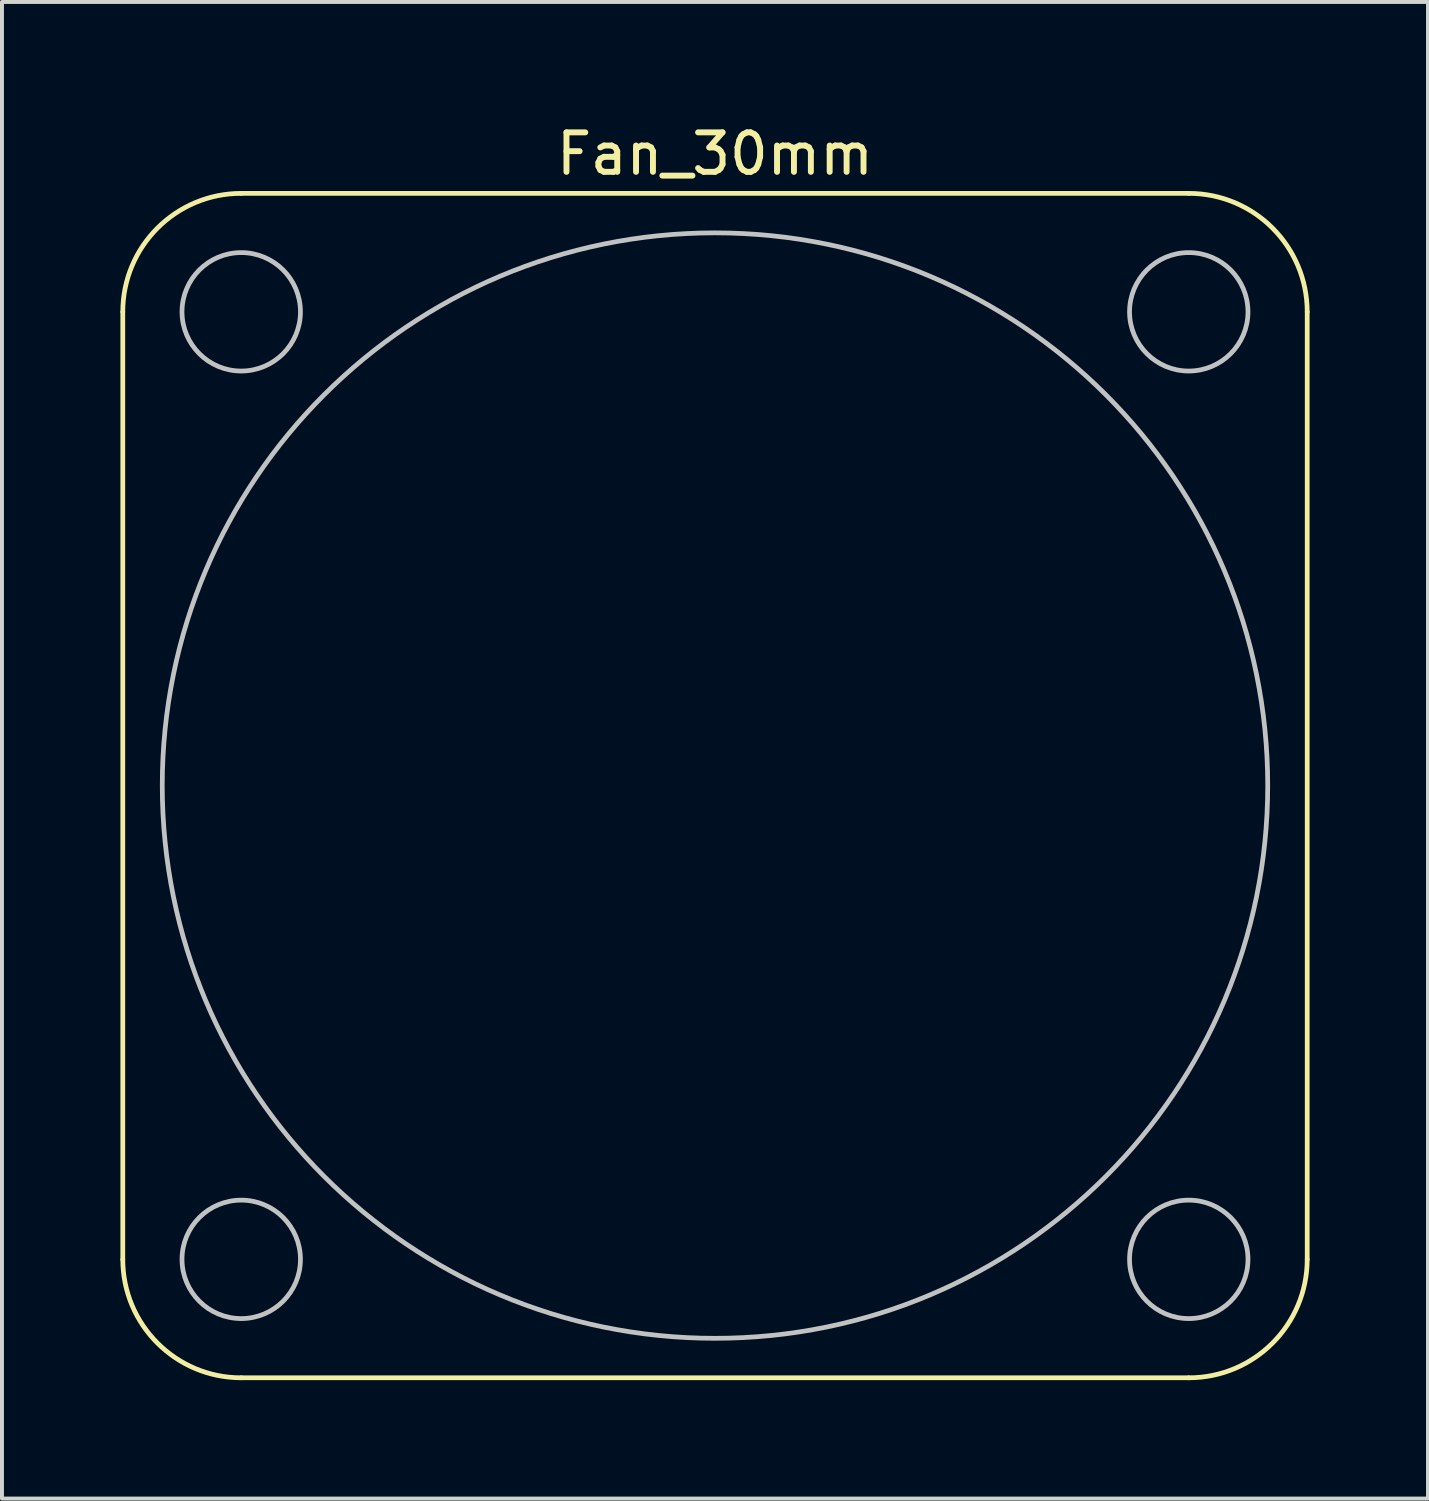
<source format=kicad_pcb>
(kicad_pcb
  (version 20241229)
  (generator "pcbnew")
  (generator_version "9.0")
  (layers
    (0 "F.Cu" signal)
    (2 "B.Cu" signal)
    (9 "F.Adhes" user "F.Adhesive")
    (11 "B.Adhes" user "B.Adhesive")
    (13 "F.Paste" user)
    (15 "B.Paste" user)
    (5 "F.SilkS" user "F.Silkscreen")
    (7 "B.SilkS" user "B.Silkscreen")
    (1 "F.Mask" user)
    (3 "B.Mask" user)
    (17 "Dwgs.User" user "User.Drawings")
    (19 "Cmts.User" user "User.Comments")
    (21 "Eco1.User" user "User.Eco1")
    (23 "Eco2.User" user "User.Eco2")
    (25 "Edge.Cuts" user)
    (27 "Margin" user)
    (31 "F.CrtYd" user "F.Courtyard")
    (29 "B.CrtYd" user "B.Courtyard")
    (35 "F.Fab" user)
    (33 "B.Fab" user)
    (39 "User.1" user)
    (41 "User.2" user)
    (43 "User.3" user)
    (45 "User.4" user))
  (footprint "Fan_30mm"
    (layer "F.Cu")
    (at 15.06 16.848)
    (property "Reference" "Fan_30mm" (at 0 -16 0) (layer "F.SilkS") (effects (font (size 1 1) (thickness 0.15))))
    (attr through_hole)
    (fp_line (start -15 -12) (end -15 12) (stroke (width 0.12) (type solid)) (layer "F.SilkS"))
    (fp_line (start -12 -15) (end 12 -15) (stroke (width 0.12) (type solid)) (layer "F.SilkS"))
    (fp_line (start -12 15) (end 12 15) (stroke (width 0.12) (type solid)) (layer "F.SilkS"))
    (fp_line (start 15 12) (end 15 -12) (stroke (width 0.12) (type solid)) (layer "F.SilkS"))
    (fp_arc (start -15 -12) (mid -14.12132 -14.12132) (end -12 -15) (stroke (width 0.12) (type solid)) (layer "F.SilkS"))
    (fp_arc (start -12 15) (mid -14.12132 14.12132) (end -15 12) (stroke (width 0.12) (type solid)) (layer "F.SilkS"))
    (fp_arc (start 12 -15) (mid 14.12132 -14.12132) (end 15 -12) (stroke (width 0.12) (type solid)) (layer "F.SilkS"))
    (fp_arc (start 15 12) (mid 14.12132 14.12132) (end 12 15) (stroke (width 0.12) (type solid)) (layer "F.SilkS"))
    (fp_circle (center -12 -12) (end -12 -10.5) (stroke (width 0.12) (type solid)) (fill no) (layer "Dwgs.User"))
    (fp_circle (center -12 12) (end -12 13.5) (stroke (width 0.12) (type solid)) (fill no) (layer "Dwgs.User"))
    (fp_circle (center 0 0) (end 0 14) (stroke (width 0.12) (type solid)) (fill no) (layer "Dwgs.User"))
    (fp_circle (center 12 -12) (end 12 -10.5) (stroke (width 0.12) (type solid)) (fill no) (layer "Dwgs.User"))
    (fp_circle (center 12 12) (end 12 13.5) (stroke (width 0.12) (type solid)) (fill no) (layer "Dwgs.User"))
    (fp_circle (center -12 -12) (end -11.5 -10.5) (stroke (width 0.12) (type solid)) (fill no) (layer "Eco2.User"))
    (fp_circle (center -12 12) (end -11.5 13.5) (stroke (width 0.12) (type solid)) (fill no) (layer "Eco2.User"))
    (fp_circle (center 12 -12) (end 12.5 -10.5) (stroke (width 0.12) (type solid)) (fill no) (layer "Eco2.User"))
    (fp_circle (center 12 12) (end 12 13.5) (stroke (width 0.12) (type solid)) (fill no) (layer "Eco2.User")))
  (gr_rect
    (start -3 -3)
    (end 33.12 34.908)
    (stroke (width 0.1) (type default))
    (fill no)
    (layer "Edge.Cuts")))
</source>
